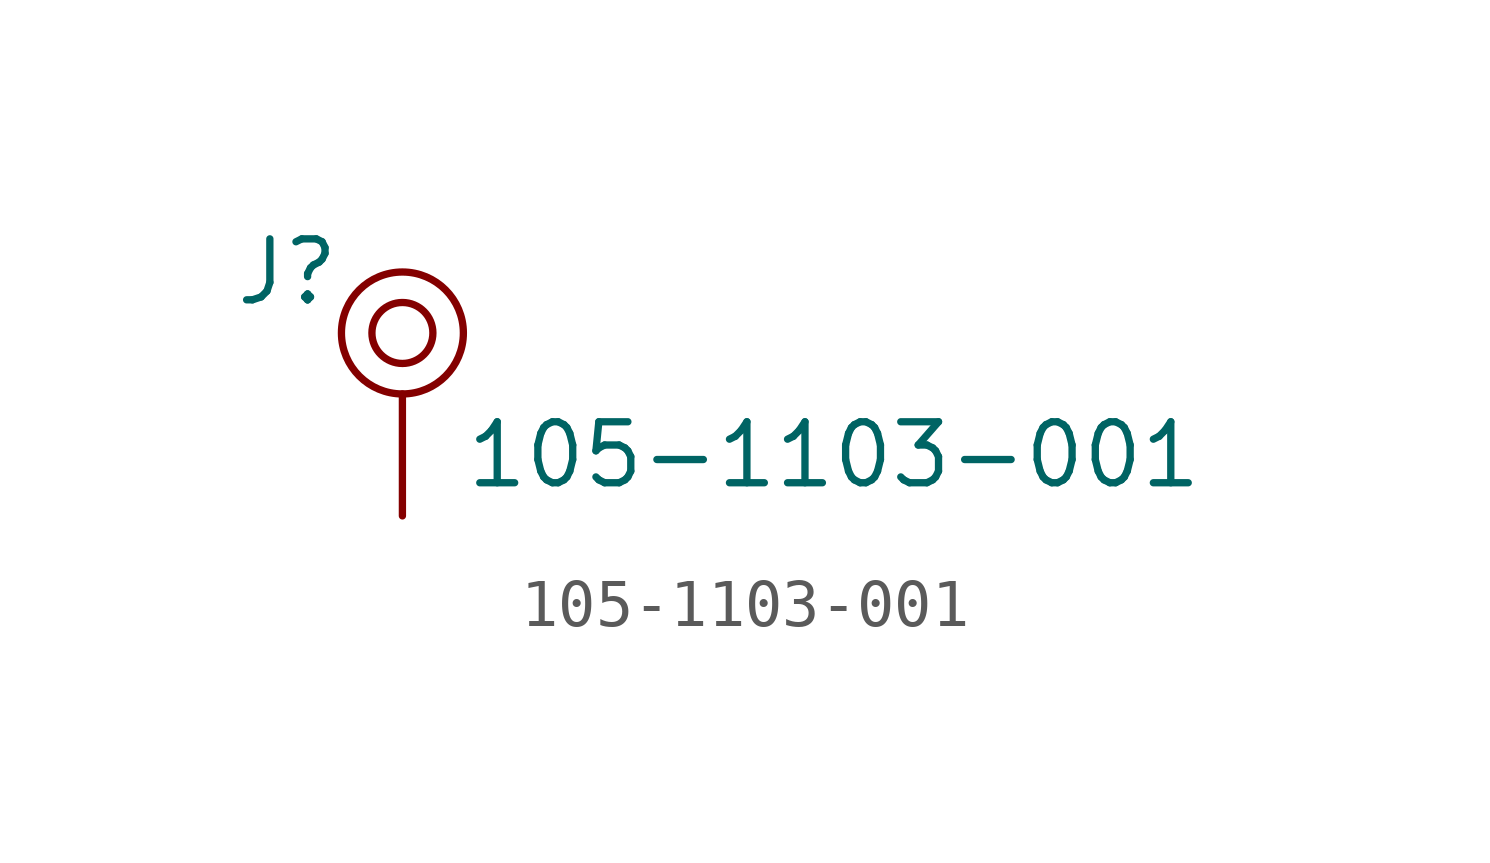
<source format=kicad_sym>
(kicad_symbol_lib
  (version 20220914)
  (generator kicad_symbol_editor)
  (symbol "105-1103-001"
    (pin_numbers hide)
    (pin_names
      (offset 1.016) hide)
    (property "Reference" "J"
      (at -1.27 1.27 0)
      (effects (font (size 1.27 1.27)) (justify right)))
    (property "Value" "105-1103-001"
      (at 1.27 -2.54 0)
      (effects (font (size 1.27 1.27)) (justify left)))
    (symbol "105-1103-001_1_1"
      (circle (center 0 0) (radius 0.635) (stroke (width 0) (type default)) (fill (type none)))
      (circle (center 0 0) (radius 1.27) (stroke (width 0) (type default)) (fill (type none)))
      (pin passive line (at 0 -3.81 90) (length 2.54) (name "~" (effects (font (size 1.27 1.27)))) (number "1" (effects (font (size 1.27 1.27))))))))
</source>
